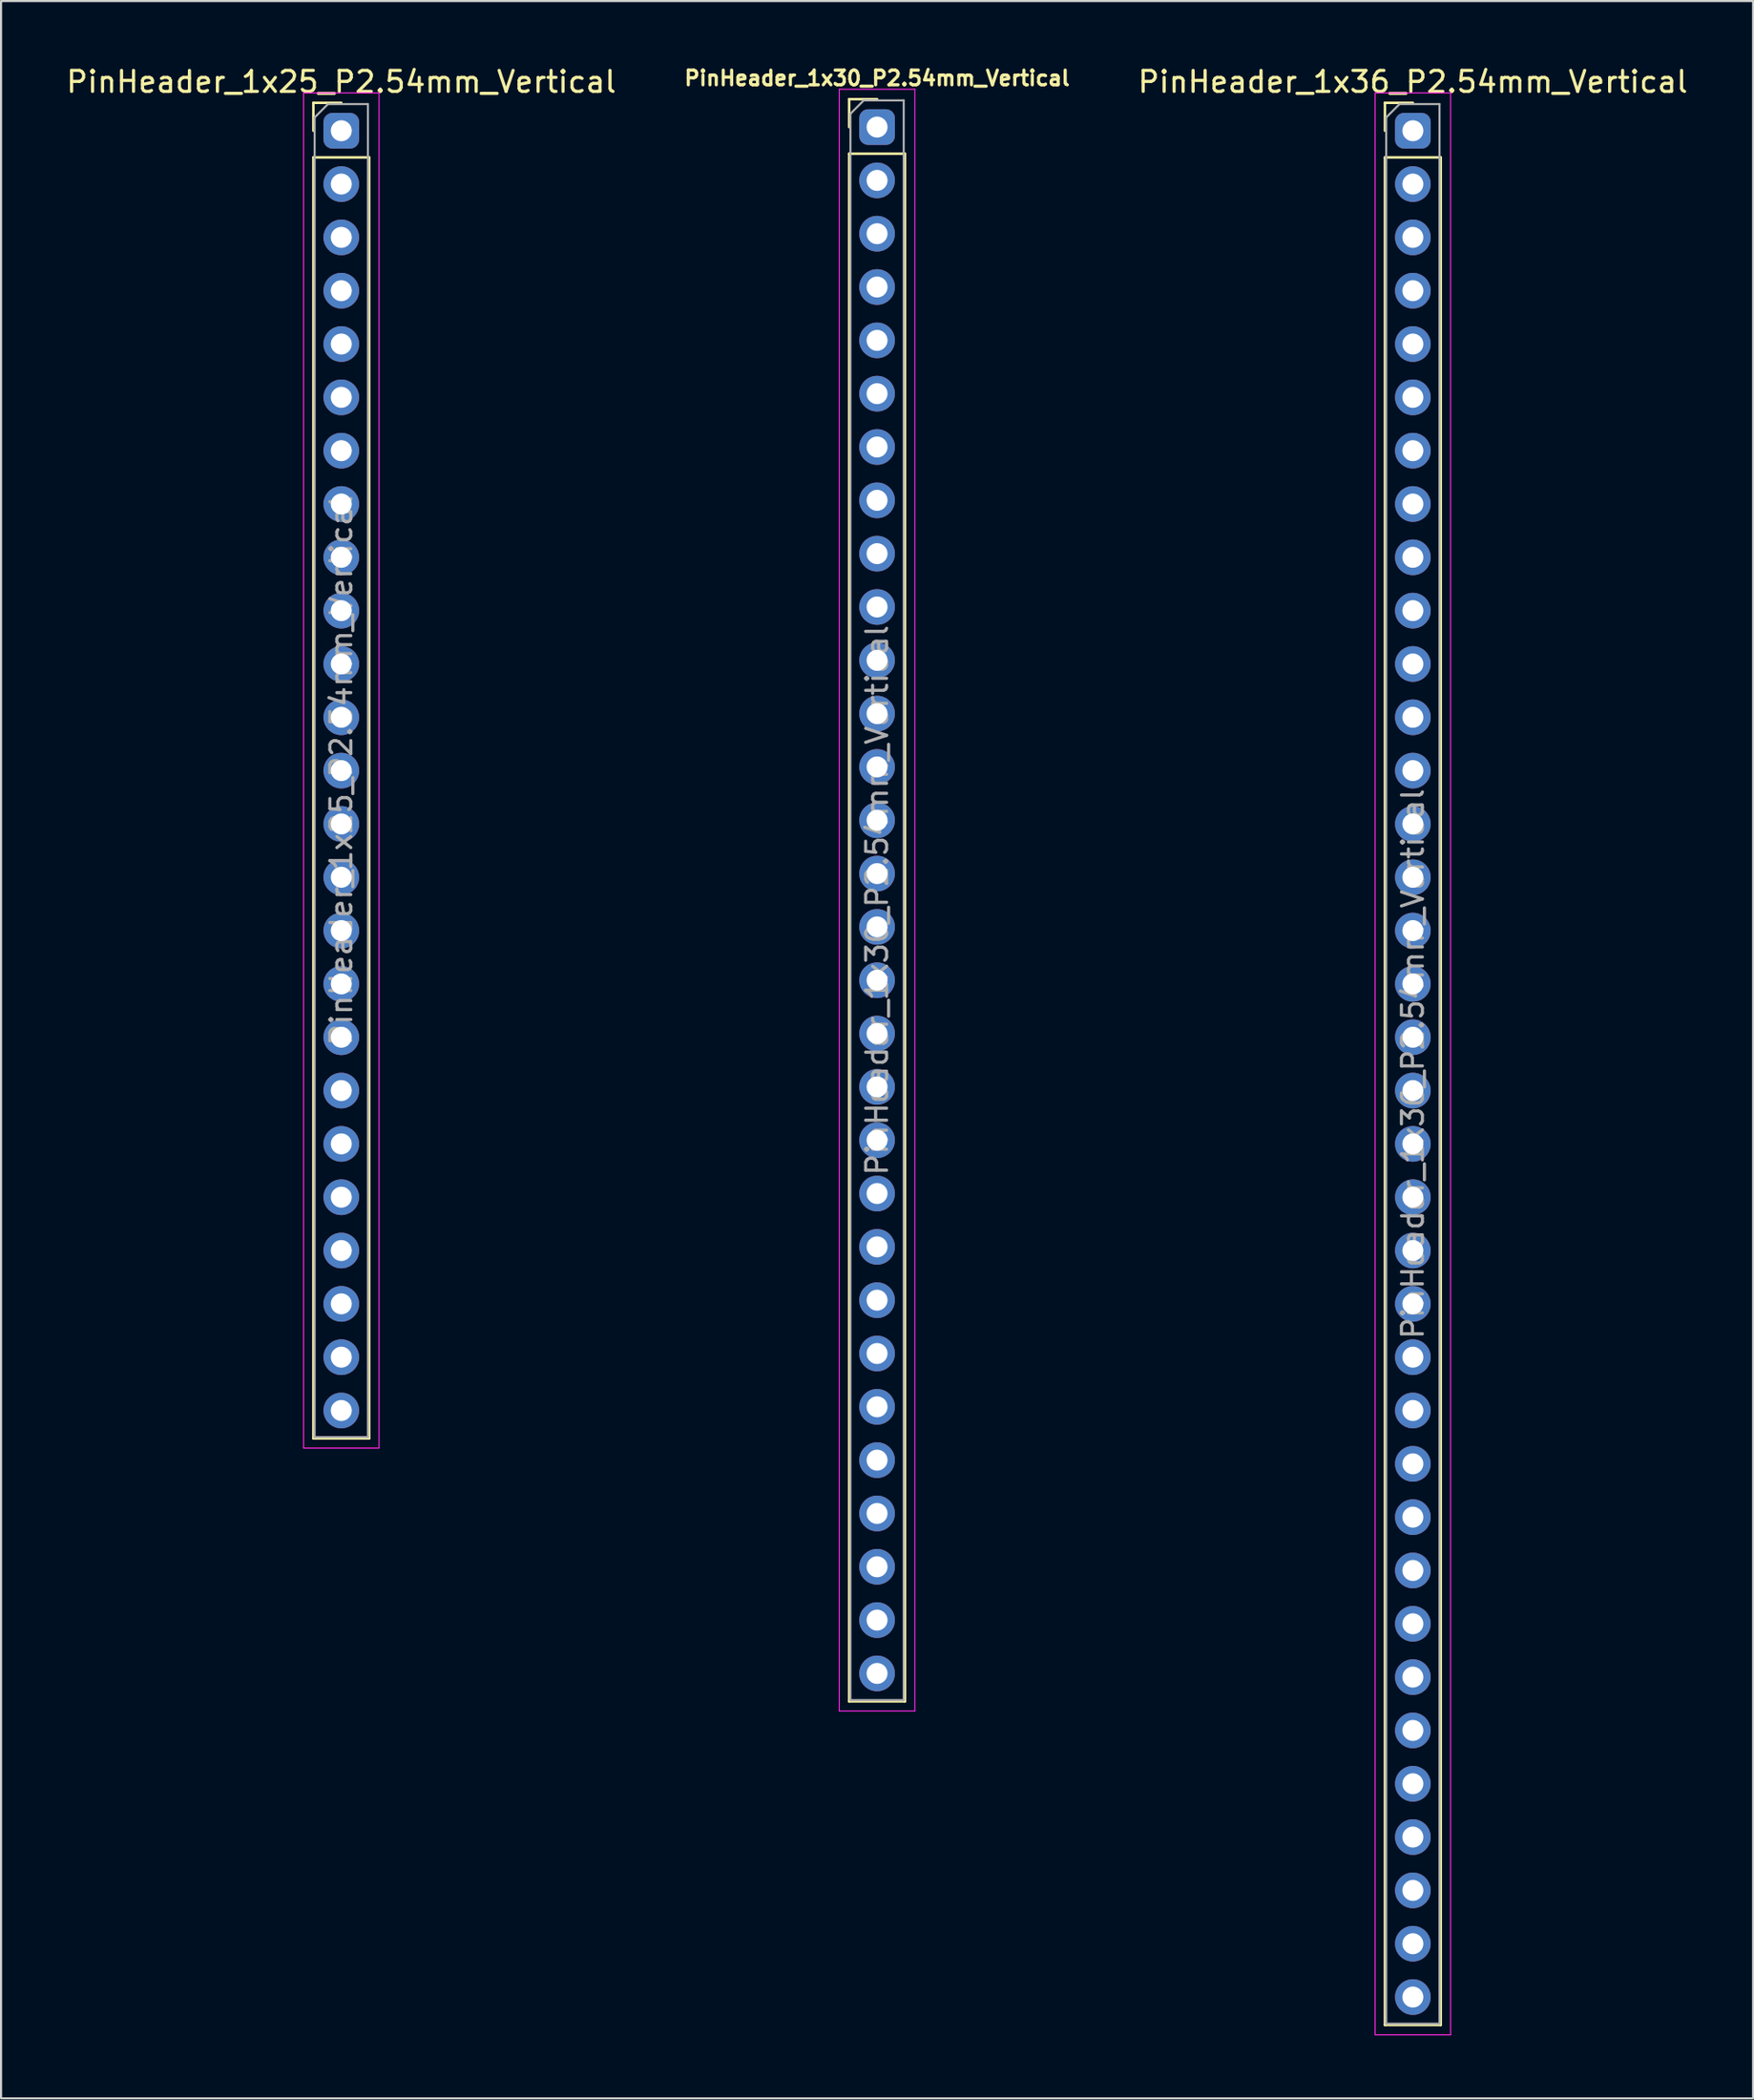
<source format=kicad_pcb>
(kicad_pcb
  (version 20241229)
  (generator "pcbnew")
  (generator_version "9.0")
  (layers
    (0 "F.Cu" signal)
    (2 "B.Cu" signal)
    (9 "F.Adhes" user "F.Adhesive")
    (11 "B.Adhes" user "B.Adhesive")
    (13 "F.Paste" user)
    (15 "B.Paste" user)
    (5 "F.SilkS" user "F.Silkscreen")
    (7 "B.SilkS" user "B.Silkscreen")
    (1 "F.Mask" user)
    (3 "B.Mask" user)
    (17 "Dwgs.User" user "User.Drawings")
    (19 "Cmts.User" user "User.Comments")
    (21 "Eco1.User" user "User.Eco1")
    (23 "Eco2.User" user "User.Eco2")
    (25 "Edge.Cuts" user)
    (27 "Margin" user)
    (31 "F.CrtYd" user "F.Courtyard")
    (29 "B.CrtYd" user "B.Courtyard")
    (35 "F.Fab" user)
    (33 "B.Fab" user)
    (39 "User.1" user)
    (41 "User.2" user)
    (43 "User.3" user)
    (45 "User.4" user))
  (footprint "PinHeader_1x30_P2.54mm_Vertical"
    (layer "F.Cu")
    (at 38.762 3.003)
    (property "Reference" "PinHeader_1x30_P2.54mm_Vertical" (at 0 -2.33 0) (layer "F.SilkS") (effects (font (size 0.7 0.7) (thickness 0.15))))
    (attr through_hole)
    (fp_line (start -1.33 -1.33) (end 0 -1.33) (stroke (width 0.12) (type solid)) (layer "F.SilkS"))
    (fp_line (start -1.33 0) (end -1.33 -1.33) (stroke (width 0.12) (type solid)) (layer "F.SilkS"))
    (fp_line (start -1.33 1.27) (end -1.33 74.99) (stroke (width 0.12) (type solid)) (layer "F.SilkS"))
    (fp_line (start -1.33 1.27) (end 1.33 1.27) (stroke (width 0.12) (type solid)) (layer "F.SilkS"))
    (fp_line (start -1.33 74.99) (end 1.33 74.99) (stroke (width 0.12) (type solid)) (layer "F.SilkS"))
    (fp_line (start 1.33 1.27) (end 1.33 74.99) (stroke (width 0.12) (type solid)) (layer "F.SilkS"))
    (fp_line (start -1.8 -1.8) (end -1.8 75.45) (stroke (width 0.05) (type solid)) (layer "F.CrtYd"))
    (fp_line (start -1.8 75.45) (end 1.8 75.45) (stroke (width 0.05) (type solid)) (layer "F.CrtYd"))
    (fp_line (start 1.8 -1.8) (end -1.8 -1.8) (stroke (width 0.05) (type solid)) (layer "F.CrtYd"))
    (fp_line (start 1.8 75.45) (end 1.8 -1.8) (stroke (width 0.05) (type solid)) (layer "F.CrtYd"))
    (fp_line (start -1.27 -0.635) (end -0.635 -1.27) (stroke (width 0.1) (type solid)) (layer "F.Fab"))
    (fp_line (start -1.27 74.93) (end -1.27 -0.635) (stroke (width 0.1) (type solid)) (layer "F.Fab"))
    (fp_line (start -0.635 -1.27) (end 1.27 -1.27) (stroke (width 0.1) (type solid)) (layer "F.Fab"))
    (fp_line (start 1.27 -1.27) (end 1.27 74.93) (stroke (width 0.1) (type solid)) (layer "F.Fab"))
    (fp_line (start 1.27 74.93) (end -1.27 74.93) (stroke (width 0.1) (type solid)) (layer "F.Fab"))
    (fp_text user "${REFERENCE}" (at 0 36.83 90) (layer "F.Fab") (effects (font (size 1 1) (thickness 0.15))))
    (pad "1" thru_hole roundrect (at 0 0) (size 1.7 1.7) (drill 1) (layers "*.Cu" "*.Mask") (roundrect_rratio 0.25))
    (pad "2" thru_hole oval (at 0 2.54) (size 1.7 1.7) (drill 1) (layers "*.Cu" "*.Mask"))
    (pad "3" thru_hole oval (at 0 5.08) (size 1.7 1.7) (drill 1) (layers "*.Cu" "*.Mask"))
    (pad "4" thru_hole oval (at 0 7.62) (size 1.7 1.7) (drill 1) (layers "*.Cu" "*.Mask"))
    (pad "5" thru_hole oval (at 0 10.16) (size 1.7 1.7) (drill 1) (layers "*.Cu" "*.Mask"))
    (pad "6" thru_hole oval (at 0 12.7) (size 1.7 1.7) (drill 1) (layers "*.Cu" "*.Mask"))
    (pad "7" thru_hole oval (at 0 15.24) (size 1.7 1.7) (drill 1) (layers "*.Cu" "*.Mask"))
    (pad "8" thru_hole oval (at 0 17.78) (size 1.7 1.7) (drill 1) (layers "*.Cu" "*.Mask"))
    (pad "9" thru_hole oval (at 0 20.32) (size 1.7 1.7) (drill 1) (layers "*.Cu" "*.Mask"))
    (pad "10" thru_hole oval (at 0 22.86) (size 1.7 1.7) (drill 1) (layers "*.Cu" "*.Mask"))
    (pad "11" thru_hole oval (at 0 25.4) (size 1.7 1.7) (drill 1) (layers "*.Cu" "*.Mask"))
    (pad "12" thru_hole oval (at 0 27.94) (size 1.7 1.7) (drill 1) (layers "*.Cu" "*.Mask"))
    (pad "13" thru_hole oval (at 0 30.48) (size 1.7 1.7) (drill 1) (layers "*.Cu" "*.Mask"))
    (pad "14" thru_hole oval (at 0 33.02) (size 1.7 1.7) (drill 1) (layers "*.Cu" "*.Mask"))
    (pad "15" thru_hole oval (at 0 35.56) (size 1.7 1.7) (drill 1) (layers "*.Cu" "*.Mask"))
    (pad "16" thru_hole oval (at 0 38.1) (size 1.7 1.7) (drill 1) (layers "*.Cu" "*.Mask"))
    (pad "17" thru_hole oval (at 0 40.64) (size 1.7 1.7) (drill 1) (layers "*.Cu" "*.Mask"))
    (pad "18" thru_hole oval (at 0 43.18) (size 1.7 1.7) (drill 1) (layers "*.Cu" "*.Mask"))
    (pad "19" thru_hole oval (at 0 45.72) (size 1.7 1.7) (drill 1) (layers "*.Cu" "*.Mask"))
    (pad "20" thru_hole oval (at 0 48.26) (size 1.7 1.7) (drill 1) (layers "*.Cu" "*.Mask"))
    (pad "21" thru_hole oval (at 0 50.8) (size 1.7 1.7) (drill 1) (layers "*.Cu" "*.Mask"))
    (pad "22" thru_hole oval (at 0 53.34) (size 1.7 1.7) (drill 1) (layers "*.Cu" "*.Mask"))
    (pad "23" thru_hole oval (at 0 55.88) (size 1.7 1.7) (drill 1) (layers "*.Cu" "*.Mask"))
    (pad "24" thru_hole oval (at 0 58.42) (size 1.7 1.7) (drill 1) (layers "*.Cu" "*.Mask"))
    (pad "25" thru_hole oval (at 0 60.96) (size 1.7 1.7) (drill 1) (layers "*.Cu" "*.Mask"))
    (pad "26" thru_hole oval (at 0 63.5) (size 1.7 1.7) (drill 1) (layers "*.Cu" "*.Mask"))
    (pad "27" thru_hole oval (at 0 66.04) (size 1.7 1.7) (drill 1) (layers "*.Cu" "*.Mask"))
    (pad "28" thru_hole oval (at 0 68.58) (size 1.7 1.7) (drill 1) (layers "*.Cu" "*.Mask"))
    (pad "29" thru_hole oval (at 0 71.12) (size 1.7 1.7) (drill 1) (layers "*.Cu" "*.Mask"))
    (pad "30" thru_hole oval (at 0 73.66) (size 1.7 1.7) (drill 1) (layers "*.Cu" "*.Mask")))
  (footprint "PinHeader_1x25_P2.54mm_Vertical"
    (layer "F.Cu")
    (at 13.22 3.178)
    (property "Reference" "PinHeader_1x25_P2.54mm_Vertical" (at 0 -2.33 0) (layer "F.SilkS") (effects (font (size 1 1) (thickness 0.15))))
    (attr through_hole)
    (fp_line (start -1.33 -1.33) (end 0 -1.33) (stroke (width 0.12) (type solid)) (layer "F.SilkS"))
    (fp_line (start -1.33 0) (end -1.33 -1.33) (stroke (width 0.12) (type solid)) (layer "F.SilkS"))
    (fp_line (start -1.33 1.27) (end -1.33 62.29) (stroke (width 0.12) (type solid)) (layer "F.SilkS"))
    (fp_line (start -1.33 1.27) (end 1.33 1.27) (stroke (width 0.12) (type solid)) (layer "F.SilkS"))
    (fp_line (start -1.33 62.29) (end 1.33 62.29) (stroke (width 0.12) (type solid)) (layer "F.SilkS"))
    (fp_line (start 1.33 1.27) (end 1.33 62.29) (stroke (width 0.12) (type solid)) (layer "F.SilkS"))
    (fp_line (start -1.8 -1.8) (end -1.8 62.75) (stroke (width 0.05) (type solid)) (layer "F.CrtYd"))
    (fp_line (start -1.8 62.75) (end 1.8 62.75) (stroke (width 0.05) (type solid)) (layer "F.CrtYd"))
    (fp_line (start 1.8 -1.8) (end -1.8 -1.8) (stroke (width 0.05) (type solid)) (layer "F.CrtYd"))
    (fp_line (start 1.8 62.75) (end 1.8 -1.8) (stroke (width 0.05) (type solid)) (layer "F.CrtYd"))
    (fp_line (start -1.27 -0.635) (end -0.635 -1.27) (stroke (width 0.1) (type solid)) (layer "F.Fab"))
    (fp_line (start -1.27 62.23) (end -1.27 -0.635) (stroke (width 0.1) (type solid)) (layer "F.Fab"))
    (fp_line (start -0.635 -1.27) (end 1.27 -1.27) (stroke (width 0.1) (type solid)) (layer "F.Fab"))
    (fp_line (start 1.27 -1.27) (end 1.27 62.23) (stroke (width 0.1) (type solid)) (layer "F.Fab"))
    (fp_line (start 1.27 62.23) (end -1.27 62.23) (stroke (width 0.1) (type solid)) (layer "F.Fab"))
    (fp_text user "${REFERENCE}" (at 0 30.48 90) (layer "F.Fab") (effects (font (size 1 1) (thickness 0.15))))
    (pad "1" thru_hole roundrect (at 0 0) (size 1.7 1.7) (drill 1) (layers "*.Cu" "*.Mask") (roundrect_rratio 0.25))
    (pad "2" thru_hole oval (at 0 2.54) (size 1.7 1.7) (drill 1) (layers "*.Cu" "*.Mask"))
    (pad "3" thru_hole oval (at 0 5.08) (size 1.7 1.7) (drill 1) (layers "*.Cu" "*.Mask"))
    (pad "4" thru_hole oval (at 0 7.62) (size 1.7 1.7) (drill 1) (layers "*.Cu" "*.Mask"))
    (pad "5" thru_hole oval (at 0 10.16) (size 1.7 1.7) (drill 1) (layers "*.Cu" "*.Mask"))
    (pad "6" thru_hole oval (at 0 12.7) (size 1.7 1.7) (drill 1) (layers "*.Cu" "*.Mask"))
    (pad "7" thru_hole oval (at 0 15.24) (size 1.7 1.7) (drill 1) (layers "*.Cu" "*.Mask"))
    (pad "8" thru_hole oval (at 0 17.78) (size 1.7 1.7) (drill 1) (layers "*.Cu" "*.Mask"))
    (pad "9" thru_hole oval (at 0 20.32) (size 1.7 1.7) (drill 1) (layers "*.Cu" "*.Mask"))
    (pad "10" thru_hole oval (at 0 22.86) (size 1.7 1.7) (drill 1) (layers "*.Cu" "*.Mask"))
    (pad "11" thru_hole oval (at 0 25.4) (size 1.7 1.7) (drill 1) (layers "*.Cu" "*.Mask"))
    (pad "12" thru_hole oval (at 0 27.94) (size 1.7 1.7) (drill 1) (layers "*.Cu" "*.Mask"))
    (pad "13" thru_hole oval (at 0 30.48) (size 1.7 1.7) (drill 1) (layers "*.Cu" "*.Mask"))
    (pad "14" thru_hole oval (at 0 33.02) (size 1.7 1.7) (drill 1) (layers "*.Cu" "*.Mask"))
    (pad "15" thru_hole oval (at 0 35.56) (size 1.7 1.7) (drill 1) (layers "*.Cu" "*.Mask"))
    (pad "16" thru_hole oval (at 0 38.1) (size 1.7 1.7) (drill 1) (layers "*.Cu" "*.Mask"))
    (pad "17" thru_hole oval (at 0 40.64) (size 1.7 1.7) (drill 1) (layers "*.Cu" "*.Mask"))
    (pad "18" thru_hole oval (at 0 43.18) (size 1.7 1.7) (drill 1) (layers "*.Cu" "*.Mask"))
    (pad "19" thru_hole oval (at 0 45.72) (size 1.7 1.7) (drill 1) (layers "*.Cu" "*.Mask"))
    (pad "20" thru_hole oval (at 0 48.26) (size 1.7 1.7) (drill 1) (layers "*.Cu" "*.Mask"))
    (pad "21" thru_hole oval (at 0 50.8) (size 1.7 1.7) (drill 1) (layers "*.Cu" "*.Mask"))
    (pad "22" thru_hole oval (at 0 53.34) (size 1.7 1.7) (drill 1) (layers "*.Cu" "*.Mask"))
    (pad "23" thru_hole oval (at 0 55.88) (size 1.7 1.7) (drill 1) (layers "*.Cu" "*.Mask"))
    (pad "24" thru_hole oval (at 0 58.42) (size 1.7 1.7) (drill 1) (layers "*.Cu" "*.Mask"))
    (pad "25" thru_hole oval (at 0 60.96) (size 1.7 1.7) (drill 1) (layers "*.Cu" "*.Mask")))
  (footprint "PinHeader_1x36_P2.54mm_Vertical"
    (layer "F.Cu")
    (at 64.304 3.178)
    (property "Reference" "PinHeader_1x36_P2.54mm_Vertical" (at 0 -2.33 0) (layer "F.SilkS") (effects (font (size 1 1) (thickness 0.15))))
    (attr through_hole)
    (fp_line (start -1.33 -1.33) (end 0 -1.33) (stroke (width 0.12) (type solid)) (layer "F.SilkS"))
    (fp_line (start -1.33 0) (end -1.33 -1.33) (stroke (width 0.12) (type solid)) (layer "F.SilkS"))
    (fp_line (start -1.33 1.27) (end -1.33 90.23) (stroke (width 0.12) (type solid)) (layer "F.SilkS"))
    (fp_line (start -1.33 1.27) (end 1.33 1.27) (stroke (width 0.12) (type solid)) (layer "F.SilkS"))
    (fp_line (start -1.33 90.23) (end 1.33 90.23) (stroke (width 0.12) (type solid)) (layer "F.SilkS"))
    (fp_line (start 1.33 1.27) (end 1.33 90.23) (stroke (width 0.12) (type solid)) (layer "F.SilkS"))
    (fp_line (start -1.8 -1.8) (end -1.8 90.7) (stroke (width 0.05) (type solid)) (layer "F.CrtYd"))
    (fp_line (start -1.8 90.7) (end 1.8 90.7) (stroke (width 0.05) (type solid)) (layer "F.CrtYd"))
    (fp_line (start 1.8 -1.8) (end -1.8 -1.8) (stroke (width 0.05) (type solid)) (layer "F.CrtYd"))
    (fp_line (start 1.8 90.7) (end 1.8 -1.8) (stroke (width 0.05) (type solid)) (layer "F.CrtYd"))
    (fp_line (start -1.27 -0.635) (end -0.635 -1.27) (stroke (width 0.1) (type solid)) (layer "F.Fab"))
    (fp_line (start -1.27 90.17) (end -1.27 -0.635) (stroke (width 0.1) (type solid)) (layer "F.Fab"))
    (fp_line (start -0.635 -1.27) (end 1.27 -1.27) (stroke (width 0.1) (type solid)) (layer "F.Fab"))
    (fp_line (start 1.27 -1.27) (end 1.27 90.17) (stroke (width 0.1) (type solid)) (layer "F.Fab"))
    (fp_line (start 1.27 90.17) (end -1.27 90.17) (stroke (width 0.1) (type solid)) (layer "F.Fab"))
    (fp_text user "${REFERENCE}" (at 0 44.45 90) (layer "F.Fab") (effects (font (size 1 1) (thickness 0.15))))
    (pad "1" thru_hole roundrect (at 0 0) (size 1.7 1.7) (drill 1) (layers "*.Cu" "*.Mask") (roundrect_rratio 0.25))
    (pad "2" thru_hole oval (at 0 2.54) (size 1.7 1.7) (drill 1) (layers "*.Cu" "*.Mask"))
    (pad "3" thru_hole oval (at 0 5.08) (size 1.7 1.7) (drill 1) (layers "*.Cu" "*.Mask"))
    (pad "4" thru_hole oval (at 0 7.62) (size 1.7 1.7) (drill 1) (layers "*.Cu" "*.Mask"))
    (pad "5" thru_hole oval (at 0 10.16) (size 1.7 1.7) (drill 1) (layers "*.Cu" "*.Mask"))
    (pad "6" thru_hole oval (at 0 12.7) (size 1.7 1.7) (drill 1) (layers "*.Cu" "*.Mask"))
    (pad "7" thru_hole oval (at 0 15.24) (size 1.7 1.7) (drill 1) (layers "*.Cu" "*.Mask"))
    (pad "8" thru_hole oval (at 0 17.78) (size 1.7 1.7) (drill 1) (layers "*.Cu" "*.Mask"))
    (pad "9" thru_hole oval (at 0 20.32) (size 1.7 1.7) (drill 1) (layers "*.Cu" "*.Mask"))
    (pad "10" thru_hole oval (at 0 22.86) (size 1.7 1.7) (drill 1) (layers "*.Cu" "*.Mask"))
    (pad "11" thru_hole oval (at 0 25.4) (size 1.7 1.7) (drill 1) (layers "*.Cu" "*.Mask"))
    (pad "12" thru_hole oval (at 0 27.94) (size 1.7 1.7) (drill 1) (layers "*.Cu" "*.Mask"))
    (pad "13" thru_hole oval (at 0 30.48) (size 1.7 1.7) (drill 1) (layers "*.Cu" "*.Mask"))
    (pad "14" thru_hole oval (at 0 33.02) (size 1.7 1.7) (drill 1) (layers "*.Cu" "*.Mask"))
    (pad "15" thru_hole oval (at 0 35.56) (size 1.7 1.7) (drill 1) (layers "*.Cu" "*.Mask"))
    (pad "16" thru_hole oval (at 0 38.1) (size 1.7 1.7) (drill 1) (layers "*.Cu" "*.Mask"))
    (pad "17" thru_hole oval (at 0 40.64) (size 1.7 1.7) (drill 1) (layers "*.Cu" "*.Mask"))
    (pad "18" thru_hole oval (at 0 43.18) (size 1.7 1.7) (drill 1) (layers "*.Cu" "*.Mask"))
    (pad "19" thru_hole oval (at 0 45.72) (size 1.7 1.7) (drill 1) (layers "*.Cu" "*.Mask"))
    (pad "20" thru_hole oval (at 0 48.26) (size 1.7 1.7) (drill 1) (layers "*.Cu" "*.Mask"))
    (pad "21" thru_hole oval (at 0 50.8) (size 1.7 1.7) (drill 1) (layers "*.Cu" "*.Mask"))
    (pad "22" thru_hole oval (at 0 53.34) (size 1.7 1.7) (drill 1) (layers "*.Cu" "*.Mask"))
    (pad "23" thru_hole oval (at 0 55.88) (size 1.7 1.7) (drill 1) (layers "*.Cu" "*.Mask"))
    (pad "24" thru_hole oval (at 0 58.42) (size 1.7 1.7) (drill 1) (layers "*.Cu" "*.Mask"))
    (pad "25" thru_hole oval (at 0 60.96) (size 1.7 1.7) (drill 1) (layers "*.Cu" "*.Mask"))
    (pad "26" thru_hole oval (at 0 63.5) (size 1.7 1.7) (drill 1) (layers "*.Cu" "*.Mask"))
    (pad "27" thru_hole oval (at 0 66.04) (size 1.7 1.7) (drill 1) (layers "*.Cu" "*.Mask"))
    (pad "28" thru_hole oval (at 0 68.58) (size 1.7 1.7) (drill 1) (layers "*.Cu" "*.Mask"))
    (pad "29" thru_hole oval (at 0 71.12) (size 1.7 1.7) (drill 1) (layers "*.Cu" "*.Mask"))
    (pad "30" thru_hole oval (at 0 73.66) (size 1.7 1.7) (drill 1) (layers "*.Cu" "*.Mask"))
    (pad "31" thru_hole oval (at 0 76.2) (size 1.7 1.7) (drill 1) (layers "*.Cu" "*.Mask"))
    (pad "32" thru_hole oval (at 0 78.74) (size 1.7 1.7) (drill 1) (layers "*.Cu" "*.Mask"))
    (pad "33" thru_hole oval (at 0 81.28) (size 1.7 1.7) (drill 1) (layers "*.Cu" "*.Mask"))
    (pad "34" thru_hole oval (at 0 83.82) (size 1.7 1.7) (drill 1) (layers "*.Cu" "*.Mask"))
    (pad "35" thru_hole oval (at 0 86.36) (size 1.7 1.7) (drill 1) (layers "*.Cu" "*.Mask"))
    (pad "36" thru_hole oval (at 0 88.9) (size 1.7 1.7) (drill 1) (layers "*.Cu" "*.Mask")))
  (gr_rect
    (start -3 -3)
    (end 80.524 96.903)
    (stroke (width 0.1) (type default))
    (fill no)
    (layer "Edge.Cuts")))
</source>
